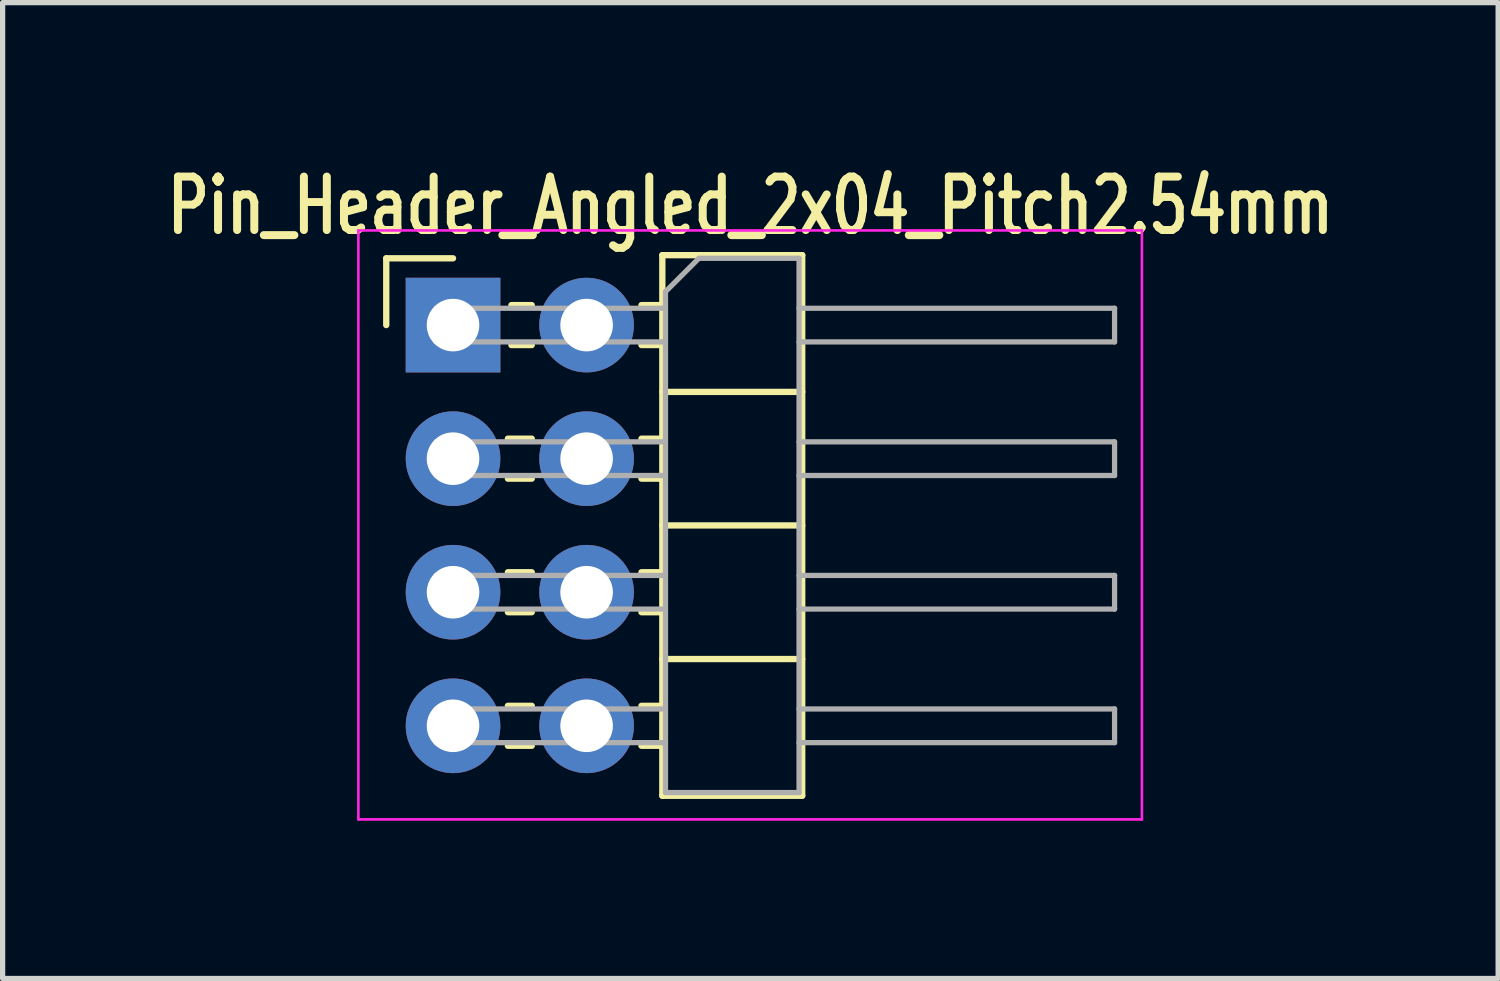
<source format=kicad_pcb>
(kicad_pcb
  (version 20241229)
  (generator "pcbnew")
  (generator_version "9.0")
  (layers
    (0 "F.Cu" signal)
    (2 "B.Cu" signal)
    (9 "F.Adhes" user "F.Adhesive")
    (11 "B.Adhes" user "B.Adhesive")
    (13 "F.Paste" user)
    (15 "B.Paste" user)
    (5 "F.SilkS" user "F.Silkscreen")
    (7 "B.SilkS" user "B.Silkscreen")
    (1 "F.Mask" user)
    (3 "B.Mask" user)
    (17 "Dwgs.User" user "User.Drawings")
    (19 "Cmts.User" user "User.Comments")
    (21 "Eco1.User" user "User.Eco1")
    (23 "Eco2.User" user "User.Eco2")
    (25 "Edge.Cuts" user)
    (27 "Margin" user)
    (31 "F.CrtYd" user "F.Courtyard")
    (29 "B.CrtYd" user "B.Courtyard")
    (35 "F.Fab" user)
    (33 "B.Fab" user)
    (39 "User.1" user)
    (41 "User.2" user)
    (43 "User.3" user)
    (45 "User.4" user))
  (footprint "Pin_Header_Angled_2x04_Pitch2.54mm"
    (layer "F.Cu")
    (at 5.565 3.132)
    (property "Reference" "Pin_Header_Angled_2x04_Pitch2.54mm" (at 5.655 -2.27 0) (layer "F.SilkS") (effects (font (size 1.016 0.762) (thickness 0.152))))
    (attr through_hole)
    (fp_line (start -1.27 -1.27) (end 0 -1.27) (stroke (width 0.12) (type solid)) (layer "F.SilkS"))
    (fp_line (start -1.27 0) (end -1.27 -1.27) (stroke (width 0.12) (type solid)) (layer "F.SilkS"))
    (fp_line (start 1.043 2.16) (end 1.497 2.16) (stroke (width 0.12) (type solid)) (layer "F.SilkS"))
    (fp_line (start 1.043 2.92) (end 1.497 2.92) (stroke (width 0.12) (type solid)) (layer "F.SilkS"))
    (fp_line (start 1.043 4.7) (end 1.497 4.7) (stroke (width 0.12) (type solid)) (layer "F.SilkS"))
    (fp_line (start 1.043 5.46) (end 1.497 5.46) (stroke (width 0.12) (type solid)) (layer "F.SilkS"))
    (fp_line (start 1.043 7.24) (end 1.497 7.24) (stroke (width 0.12) (type solid)) (layer "F.SilkS"))
    (fp_line (start 1.043 8) (end 1.497 8) (stroke (width 0.12) (type solid)) (layer "F.SilkS"))
    (fp_line (start 1.11 -0.38) (end 1.497 -0.38) (stroke (width 0.12) (type solid)) (layer "F.SilkS"))
    (fp_line (start 1.11 0.38) (end 1.497 0.38) (stroke (width 0.12) (type solid)) (layer "F.SilkS"))
    (fp_line (start 3.583 -0.38) (end 3.98 -0.38) (stroke (width 0.12) (type solid)) (layer "F.SilkS"))
    (fp_line (start 3.583 0.38) (end 3.98 0.38) (stroke (width 0.12) (type solid)) (layer "F.SilkS"))
    (fp_line (start 3.583 2.16) (end 3.98 2.16) (stroke (width 0.12) (type solid)) (layer "F.SilkS"))
    (fp_line (start 3.583 2.92) (end 3.98 2.92) (stroke (width 0.12) (type solid)) (layer "F.SilkS"))
    (fp_line (start 3.583 4.7) (end 3.98 4.7) (stroke (width 0.12) (type solid)) (layer "F.SilkS"))
    (fp_line (start 3.583 5.46) (end 3.98 5.46) (stroke (width 0.12) (type solid)) (layer "F.SilkS"))
    (fp_line (start 3.583 7.24) (end 3.98 7.24) (stroke (width 0.12) (type solid)) (layer "F.SilkS"))
    (fp_line (start 3.583 8) (end 3.98 8) (stroke (width 0.12) (type solid)) (layer "F.SilkS"))
    (fp_line (start 3.98 -1.33) (end 3.98 8.95) (stroke (width 0.12) (type solid)) (layer "F.SilkS"))
    (fp_line (start 3.98 1.27) (end 6.64 1.27) (stroke (width 0.12) (type solid)) (layer "F.SilkS"))
    (fp_line (start 3.98 3.81) (end 6.64 3.81) (stroke (width 0.12) (type solid)) (layer "F.SilkS"))
    (fp_line (start 3.98 6.35) (end 6.64 6.35) (stroke (width 0.12) (type solid)) (layer "F.SilkS"))
    (fp_line (start 3.98 8.95) (end 6.64 8.95) (stroke (width 0.12) (type solid)) (layer "F.SilkS"))
    (fp_line (start 6.64 -1.33) (end 3.98 -1.33) (stroke (width 0.12) (type solid)) (layer "F.SilkS"))
    (fp_line (start 6.64 8.95) (end 6.64 -1.33) (stroke (width 0.12) (type solid)) (layer "F.SilkS"))
    (fp_line (start -1.8 -1.8) (end -1.8 9.4) (stroke (width 0.05) (type solid)) (layer "F.CrtYd"))
    (fp_line (start -1.8 9.4) (end 13.1 9.4) (stroke (width 0.05) (type solid)) (layer "F.CrtYd"))
    (fp_line (start 13.1 -1.8) (end -1.8 -1.8) (stroke (width 0.05) (type solid)) (layer "F.CrtYd"))
    (fp_line (start 13.1 9.4) (end 13.1 -1.8) (stroke (width 0.05) (type solid)) (layer "F.CrtYd"))
    (fp_line (start -0.32 -0.32) (end -0.32 0.32) (stroke (width 0.1) (type solid)) (layer "F.Fab"))
    (fp_line (start -0.32 -0.32) (end 4.04 -0.32) (stroke (width 0.1) (type solid)) (layer "F.Fab"))
    (fp_line (start -0.32 0.32) (end 4.04 0.32) (stroke (width 0.1) (type solid)) (layer "F.Fab"))
    (fp_line (start -0.32 2.22) (end -0.32 2.86) (stroke (width 0.1) (type solid)) (layer "F.Fab"))
    (fp_line (start -0.32 2.22) (end 4.04 2.22) (stroke (width 0.1) (type solid)) (layer "F.Fab"))
    (fp_line (start -0.32 2.86) (end 4.04 2.86) (stroke (width 0.1) (type solid)) (layer "F.Fab"))
    (fp_line (start -0.32 4.76) (end -0.32 5.4) (stroke (width 0.1) (type solid)) (layer "F.Fab"))
    (fp_line (start -0.32 4.76) (end 4.04 4.76) (stroke (width 0.1) (type solid)) (layer "F.Fab"))
    (fp_line (start -0.32 5.4) (end 4.04 5.4) (stroke (width 0.1) (type solid)) (layer "F.Fab"))
    (fp_line (start -0.32 7.3) (end -0.32 7.94) (stroke (width 0.1) (type solid)) (layer "F.Fab"))
    (fp_line (start -0.32 7.3) (end 4.04 7.3) (stroke (width 0.1) (type solid)) (layer "F.Fab"))
    (fp_line (start -0.32 7.94) (end 4.04 7.94) (stroke (width 0.1) (type solid)) (layer "F.Fab"))
    (fp_line (start 4.04 -0.635) (end 4.675 -1.27) (stroke (width 0.1) (type solid)) (layer "F.Fab"))
    (fp_line (start 4.04 8.89) (end 4.04 -0.635) (stroke (width 0.1) (type solid)) (layer "F.Fab"))
    (fp_line (start 4.675 -1.27) (end 6.58 -1.27) (stroke (width 0.1) (type solid)) (layer "F.Fab"))
    (fp_line (start 6.58 -1.27) (end 6.58 8.89) (stroke (width 0.1) (type solid)) (layer "F.Fab"))
    (fp_line (start 6.58 -0.32) (end 12.58 -0.32) (stroke (width 0.1) (type solid)) (layer "F.Fab"))
    (fp_line (start 6.58 0.32) (end 12.58 0.32) (stroke (width 0.1) (type solid)) (layer "F.Fab"))
    (fp_line (start 6.58 2.22) (end 12.58 2.22) (stroke (width 0.1) (type solid)) (layer "F.Fab"))
    (fp_line (start 6.58 2.86) (end 12.58 2.86) (stroke (width 0.1) (type solid)) (layer "F.Fab"))
    (fp_line (start 6.58 4.76) (end 12.58 4.76) (stroke (width 0.1) (type solid)) (layer "F.Fab"))
    (fp_line (start 6.58 5.4) (end 12.58 5.4) (stroke (width 0.1) (type solid)) (layer "F.Fab"))
    (fp_line (start 6.58 7.3) (end 12.58 7.3) (stroke (width 0.1) (type solid)) (layer "F.Fab"))
    (fp_line (start 6.58 7.94) (end 12.58 7.94) (stroke (width 0.1) (type solid)) (layer "F.Fab"))
    (fp_line (start 6.58 8.89) (end 4.04 8.89) (stroke (width 0.1) (type solid)) (layer "F.Fab"))
    (fp_line (start 12.58 -0.32) (end 12.58 0.32) (stroke (width 0.1) (type solid)) (layer "F.Fab"))
    (fp_line (start 12.58 2.22) (end 12.58 2.86) (stroke (width 0.1) (type solid)) (layer "F.Fab"))
    (fp_line (start 12.58 4.76) (end 12.58 5.4) (stroke (width 0.1) (type solid)) (layer "F.Fab"))
    (fp_line (start 12.58 7.3) (end 12.58 7.94) (stroke (width 0.1) (type solid)) (layer "F.Fab"))
    (pad "1" thru_hole rect (at 0 0) (size 1.8 1.8) (drill 1) (layers "*.Cu" "*.Mask"))
    (pad "2" thru_hole oval (at 2.54 0) (size 1.8 1.8) (drill 1) (layers "*.Cu" "*.Mask"))
    (pad "3" thru_hole oval (at 0 2.54) (size 1.8 1.8) (drill 1) (layers "*.Cu" "*.Mask"))
    (pad "4" thru_hole oval (at 2.54 2.54) (size 1.8 1.8) (drill 1) (layers "*.Cu" "*.Mask"))
    (pad "5" thru_hole oval (at 0 5.08) (size 1.8 1.8) (drill 1) (layers "*.Cu" "*.Mask"))
    (pad "6" thru_hole oval (at 2.54 5.08) (size 1.8 1.8) (drill 1) (layers "*.Cu" "*.Mask"))
    (pad "7" thru_hole oval (at 0 7.62) (size 1.8 1.8) (drill 1) (layers "*.Cu" "*.Mask"))
    (pad "8" thru_hole oval (at 2.54 7.62) (size 1.8 1.8) (drill 1) (layers "*.Cu" "*.Mask")))
  (gr_rect
    (start -3 -3)
    (end 25.439 15.557)
    (stroke (width 0.1) (type default))
    (fill no)
    (layer "Edge.Cuts")))
</source>
